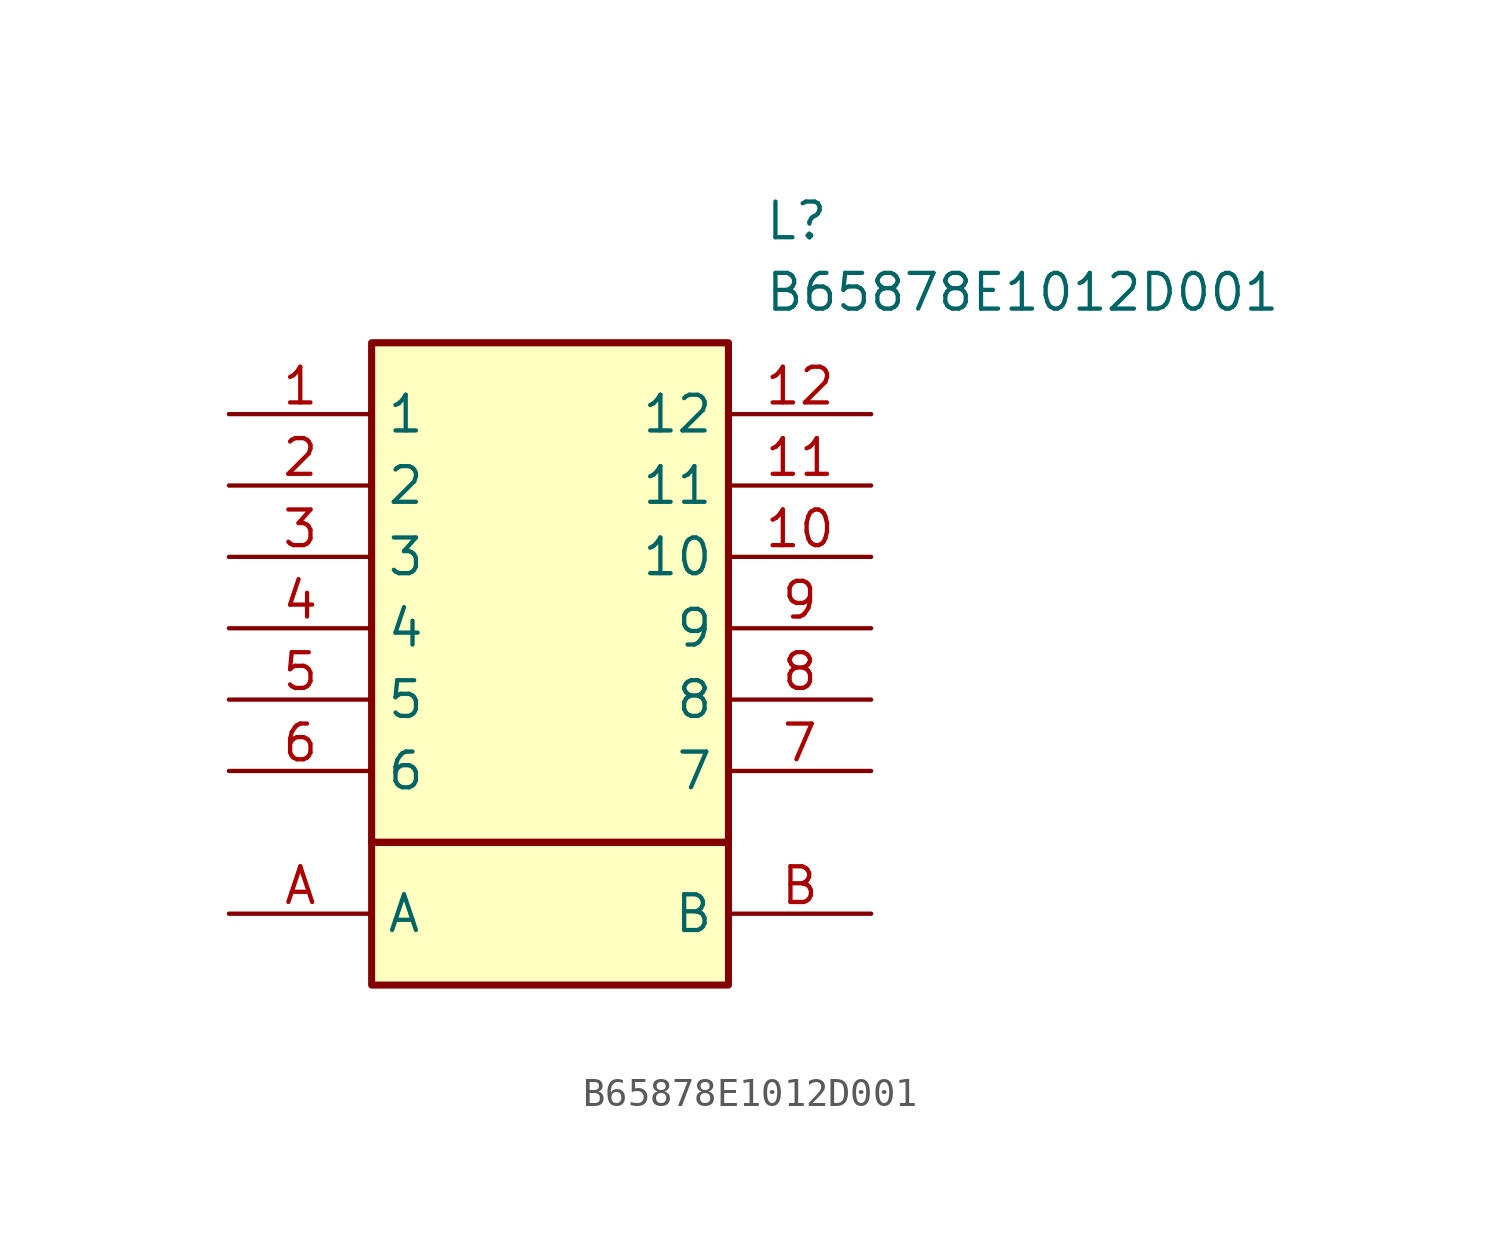
<source format=kicad_sym>
(kicad_symbol_lib
  (version 20220914)
  (generator kicad_symbol_editor)
  (symbol "B65878E1012D001"
    (property "Reference" "L"
      (at 19.05 7.62 0)
      (effects (font (size 1.27 1.27)) (justify left top)))
    (property "Value" "B65878E1012D001"
      (at 19.05 5.08 0)
      (effects (font (size 1.27 1.27)) (justify left top)))
    (symbol "B65878E1012D001_1_1"
      (rectangle (start 5.08 -15.24) (end 17.78 -20.32) (stroke (width 0.25) (type default)) (fill (type background)))
      (rectangle (start 5.08 2.54) (end 17.78 -15.24) (stroke (width 0.254) (type default)) (fill (type background)))
      (pin passive line (at 0 0 0) (length 5.08) (name "1" (effects (font (size 1.27 1.27)))) (number "1" (effects (font (size 1.27 1.27)))))
      (pin passive line (at 22.86 -5.08 180) (length 5.08) (name "10" (effects (font (size 1.27 1.27)))) (number "10" (effects (font (size 1.27 1.27)))))
      (pin passive line (at 22.86 -2.54 180) (length 5.08) (name "11" (effects (font (size 1.27 1.27)))) (number "11" (effects (font (size 1.27 1.27)))))
      (pin passive line (at 22.86 0 180) (length 5.08) (name "12" (effects (font (size 1.27 1.27)))) (number "12" (effects (font (size 1.27 1.27)))))
      (pin passive line (at 0 -2.54 0) (length 5.08) (name "2" (effects (font (size 1.27 1.27)))) (number "2" (effects (font (size 1.27 1.27)))))
      (pin passive line (at 0 -5.08 0) (length 5.08) (name "3" (effects (font (size 1.27 1.27)))) (number "3" (effects (font (size 1.27 1.27)))))
      (pin passive line (at 0 -7.62 0) (length 5.08) (name "4" (effects (font (size 1.27 1.27)))) (number "4" (effects (font (size 1.27 1.27)))))
      (pin passive line (at 0 -10.16 0) (length 5.08) (name "5" (effects (font (size 1.27 1.27)))) (number "5" (effects (font (size 1.27 1.27)))))
      (pin passive line (at 0 -12.7 0) (length 5.08) (name "6" (effects (font (size 1.27 1.27)))) (number "6" (effects (font (size 1.27 1.27)))))
      (pin passive line (at 22.86 -12.7 180) (length 5.08) (name "7" (effects (font (size 1.27 1.27)))) (number "7" (effects (font (size 1.27 1.27)))))
      (pin passive line (at 22.86 -10.16 180) (length 5.08) (name "8" (effects (font (size 1.27 1.27)))) (number "8" (effects (font (size 1.27 1.27)))))
      (pin passive line (at 22.86 -7.62 180) (length 5.08) (name "9" (effects (font (size 1.27 1.27)))) (number "9" (effects (font (size 1.27 1.27)))))
      (pin passive line (at 0 -17.78 0) (length 5.08) (name "A" (effects (font (size 1.27 1.27)))) (number "A" (effects (font (size 1.27 1.27)))))
      (pin passive line (at 22.86 -17.78 180) (length 5.08) (name "B" (effects (font (size 1.27 1.27)))) (number "B" (effects (font (size 1.27 1.27))))))))
</source>
